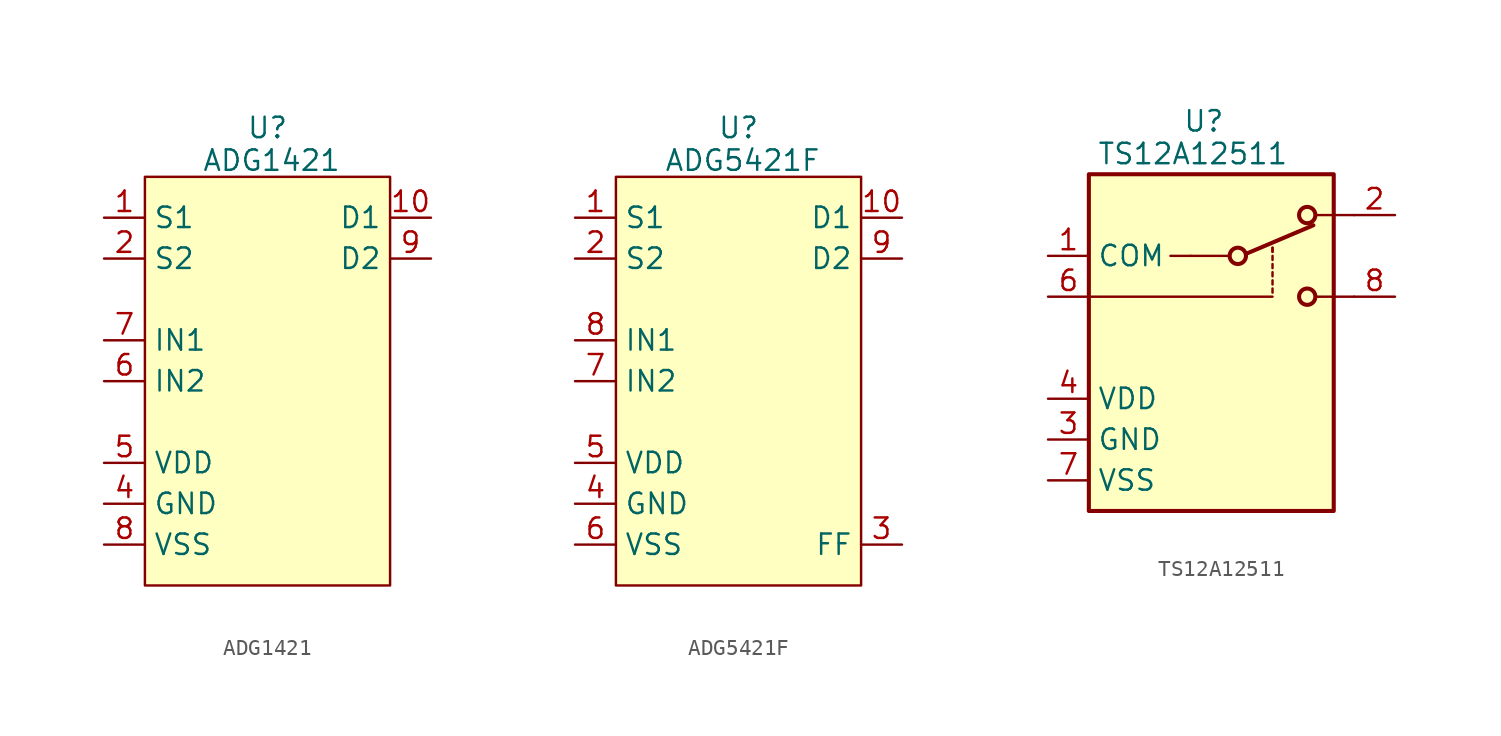
<source format=kicad_sym>
(kicad_symbol_lib
  (version 20231120)
  (generator "kicad_symbol_editor")
  (generator_version "8.0")
  (symbol "ADG1421"
    (property "Reference" "U"
      (at 0 3.048 0)
      (effects (font (size 1.27 1.27))))
    (property "Value" "ADG1421"
      (at 0.254 1.016 0)
      (effects (font (size 1.27 1.27))))
    (symbol "ADG1421_1_1"
      (rectangle (start -7.62 0) (end 7.62 -25.4) (stroke (width 0) (type default)) (fill (type background)))
      (pin bidirectional line (at -10.16 -2.54 0) (length 2.54) (name "S1" (effects (font (size 1.27 1.27)))) (number "1" (effects (font (size 1.27 1.27)))))
      (pin bidirectional line (at 10.16 -2.54 180) (length 2.54) (name "D1" (effects (font (size 1.27 1.27)))) (number "10" (effects (font (size 1.27 1.27)))))
      (pin passive line (at -10.16 -22.86 0) (length 2.54) hide (name "VSS" (effects (font (size 1.27 1.27)))) (number "11" (effects (font (size 1.27 1.27)))))
      (pin bidirectional line (at -10.16 -5.08 0) (length 2.54) (name "S2" (effects (font (size 1.27 1.27)))) (number "2" (effects (font (size 1.27 1.27)))))
      (pin no_connect line (at 10.16 -22.86 180) (length 2.54) hide (name "NC" (effects (font (size 1.27 1.27)))) (number "3" (effects (font (size 1.27 1.27)))))
      (pin passive line (at -10.16 -20.32 0) (length 2.54) (name "GND" (effects (font (size 1.27 1.27)))) (number "4" (effects (font (size 1.27 1.27)))))
      (pin power_in line (at -10.16 -17.78 0) (length 2.54) (name "VDD" (effects (font (size 1.27 1.27)))) (number "5" (effects (font (size 1.27 1.27)))))
      (pin input line (at -10.16 -12.7 0) (length 2.54) (name "IN2" (effects (font (size 1.27 1.27)))) (number "6" (effects (font (size 1.27 1.27)))))
      (pin input line (at -10.16 -10.16 0) (length 2.54) (name "IN1" (effects (font (size 1.27 1.27)))) (number "7" (effects (font (size 1.27 1.27)))))
      (pin power_in line (at -10.16 -22.86 0) (length 2.54) (name "VSS" (effects (font (size 1.27 1.27)))) (number "8" (effects (font (size 1.27 1.27)))))
      (pin bidirectional line (at 10.16 -5.08 180) (length 2.54) (name "D2" (effects (font (size 1.27 1.27)))) (number "9" (effects (font (size 1.27 1.27)))))))
  (symbol "ADG5421F"
    (property "Reference" "U"
      (at 0 3.048 0)
      (effects (font (size 1.27 1.27))))
    (property "Value" "ADG5421F"
      (at 0.254 1.016 0)
      (effects (font (size 1.27 1.27))))
    (symbol "ADG5421F_1_1"
      (rectangle (start -7.62 0) (end 7.62 -25.4) (stroke (width 0) (type default)) (fill (type background)))
      (pin bidirectional line (at -10.16 -2.54 0) (length 2.54) (name "S1" (effects (font (size 1.27 1.27)))) (number "1" (effects (font (size 1.27 1.27)))))
      (pin bidirectional line (at 10.16 -2.54 180) (length 2.54) (name "D1" (effects (font (size 1.27 1.27)))) (number "10" (effects (font (size 1.27 1.27)))))
      (pin bidirectional line (at -10.16 -5.08 0) (length 2.54) (name "S2" (effects (font (size 1.27 1.27)))) (number "2" (effects (font (size 1.27 1.27)))))
      (pin open_collector line (at 10.16 -22.86 180) (length 2.54) (name "FF" (effects (font (size 1.27 1.27)))) (number "3" (effects (font (size 1.27 1.27)))))
      (pin passive line (at -10.16 -20.32 0) (length 2.54) (name "GND" (effects (font (size 1.27 1.27)))) (number "4" (effects (font (size 1.27 1.27)))))
      (pin power_in line (at -10.16 -17.78 0) (length 2.54) (name "VDD" (effects (font (size 1.27 1.27)))) (number "5" (effects (font (size 1.27 1.27)))))
      (pin power_in line (at -10.16 -22.86 0) (length 2.54) (name "VSS" (effects (font (size 1.27 1.27)))) (number "6" (effects (font (size 1.27 1.27)))))
      (pin input line (at -10.16 -12.7 0) (length 2.54) (name "IN2" (effects (font (size 1.27 1.27)))) (number "7" (effects (font (size 1.27 1.27)))))
      (pin input line (at -10.16 -10.16 0) (length 2.54) (name "IN1" (effects (font (size 1.27 1.27)))) (number "8" (effects (font (size 1.27 1.27)))))
      (pin bidirectional line (at 10.16 -5.08 180) (length 2.54) (name "D2" (effects (font (size 1.27 1.27)))) (number "9" (effects (font (size 1.27 1.27)))))))
  (symbol "TS12A12511"
    (property "Reference" "U"
      (at -0.508 3.302 0)
      (effects (font (size 1.27 1.27)) (justify left)))
    (property "Value" "TS12A12511"
      (at -5.842 1.27 0)
      (effects (font (size 1.27 1.27)) (justify left)))
    (symbol "TS12A12511_0_1"
      (polyline (pts (xy -6.35 -7.62) (xy 5.08 -7.62)) (stroke (width 0) (type default)) (fill (type none)))
      (polyline (pts (xy 0 -5.08) (xy -1.27 -5.08)) (stroke (width 0) (type default)) (fill (type none))))
    (symbol "TS12A12511_1_1"
      (rectangle (start -6.35 0) (end 8.89 -20.955) (stroke (width 0.254) (type default)) (fill (type background)))
      (polyline (pts (xy 0 -5.08) (xy 2.286 -5.08)) (stroke (width 0) (type default)) (fill (type none)))
      (polyline (pts (xy 3.429 -4.953) (xy 7.62 -3.175)) (stroke (width 0.254) (type default)) (fill (type none)))
      (polyline (pts (xy 5.08 -7.366) (xy 5.08 -7.112)) (stroke (width 0) (type default)) (fill (type none)))
      (polyline (pts (xy 5.08 -6.858) (xy 5.08 -6.604)) (stroke (width 0) (type default)) (fill (type none)))
      (polyline (pts (xy 5.08 -6.35) (xy 5.08 -6.096)) (stroke (width 0) (type default)) (fill (type none)))
      (polyline (pts (xy 5.08 -5.842) (xy 5.08 -5.588)) (stroke (width 0) (type default)) (fill (type none)))
      (polyline (pts (xy 5.08 -5.334) (xy 5.08 -5.08)) (stroke (width 0) (type default)) (fill (type none)))
      (polyline (pts (xy 5.08 -4.826) (xy 5.08 -4.572)) (stroke (width 0) (type default)) (fill (type none)))
      (polyline (pts (xy 5.08 -4.826) (xy 5.08 -4.572)) (stroke (width 0) (type default)) (fill (type none)))
      (polyline (pts (xy 10.16 -7.62) (xy 7.874 -7.62)) (stroke (width 0) (type default)) (fill (type none)))
      (polyline (pts (xy 10.16 -2.54) (xy 7.874 -2.54)) (stroke (width 0) (type default)) (fill (type none)))
      (circle (center 2.921 -5.08) (radius 0.508) (stroke (width 0.254) (type default)) (fill (type none)))
      (circle (center 7.239 -7.62) (radius 0.508) (stroke (width 0.254) (type default)) (fill (type none)))
      (circle (center 7.239 -2.54) (radius 0.508) (stroke (width 0.254) (type default)) (fill (type none)))
      (pin passive line (at -8.89 -5.08 0) (length 2.54) (name "COM" (effects (font (size 1.27 1.27)))) (number "1" (effects (font (size 1.27 1.27)))))
      (pin passive line (at 12.7 -2.54 180) (length 2.54) (name "~" (effects (font (size 1.27 1.27)))) (number "2" (effects (font (size 1.27 1.27)))))
      (pin passive line (at -8.89 -16.51 0) (length 2.54) (name "GND" (effects (font (size 1.27 1.27)))) (number "3" (effects (font (size 1.27 1.27)))))
      (pin power_in line (at -8.89 -13.97 0) (length 2.54) (name "VDD" (effects (font (size 1.27 1.27)))) (number "4" (effects (font (size 1.27 1.27)))))
      (pin no_connect line (at 11.43 -19.05 180) (length 2.54) hide (name "NC" (effects (font (size 1.27 1.27)))) (number "5" (effects (font (size 1.27 1.27)))))
      (pin input line (at -8.89 -7.62 0) (length 2.54) (name "~" (effects (font (size 1.27 1.27)))) (number "6" (effects (font (size 1.27 1.27)))))
      (pin passive line (at -8.89 -19.05 0) (length 2.54) (name "VSS" (effects (font (size 1.27 1.27)))) (number "7" (effects (font (size 1.27 1.27)))))
      (pin passive line (at 12.7 -7.62 180) (length 2.54) (name "~" (effects (font (size 1.27 1.27)))) (number "8" (effects (font (size 1.27 1.27))))))))
</source>
